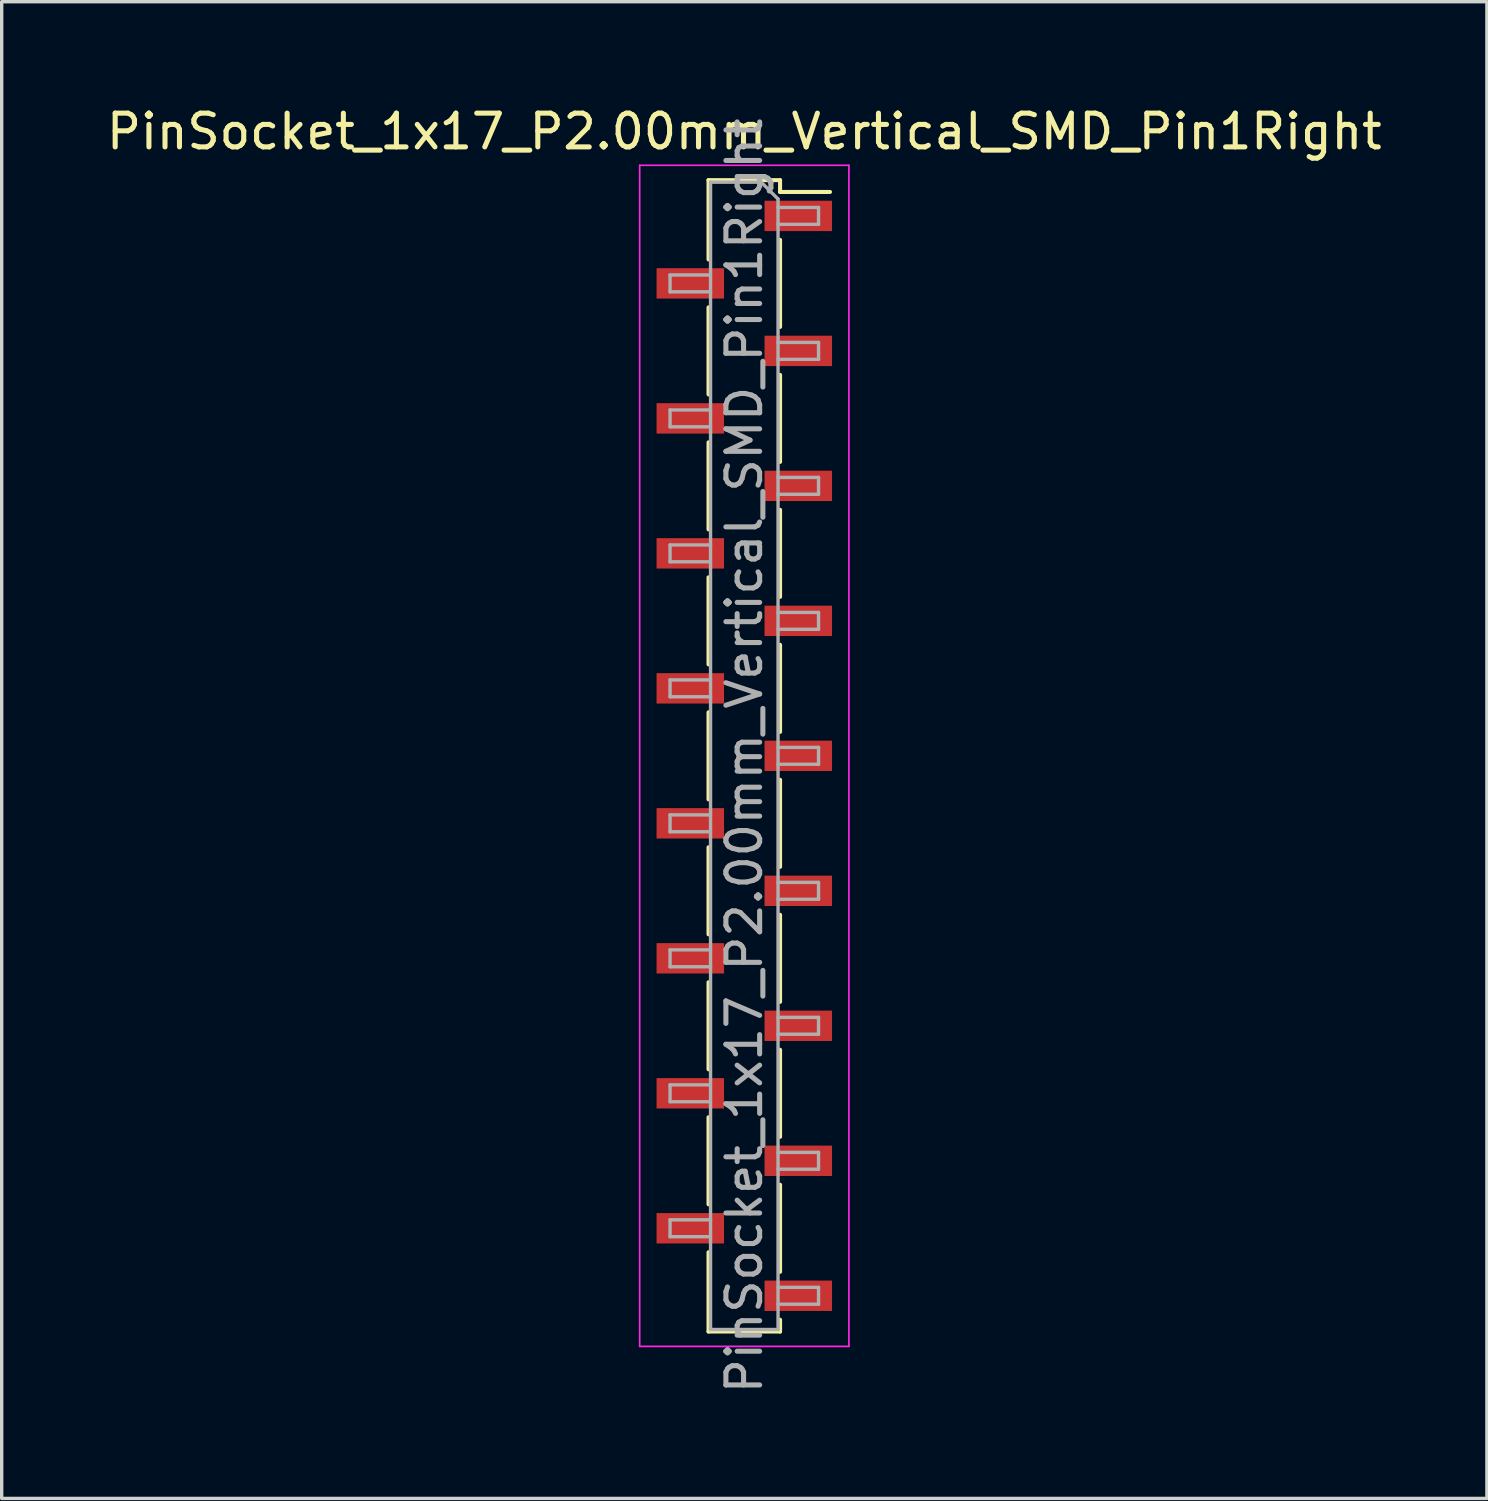
<source format=kicad_pcb>
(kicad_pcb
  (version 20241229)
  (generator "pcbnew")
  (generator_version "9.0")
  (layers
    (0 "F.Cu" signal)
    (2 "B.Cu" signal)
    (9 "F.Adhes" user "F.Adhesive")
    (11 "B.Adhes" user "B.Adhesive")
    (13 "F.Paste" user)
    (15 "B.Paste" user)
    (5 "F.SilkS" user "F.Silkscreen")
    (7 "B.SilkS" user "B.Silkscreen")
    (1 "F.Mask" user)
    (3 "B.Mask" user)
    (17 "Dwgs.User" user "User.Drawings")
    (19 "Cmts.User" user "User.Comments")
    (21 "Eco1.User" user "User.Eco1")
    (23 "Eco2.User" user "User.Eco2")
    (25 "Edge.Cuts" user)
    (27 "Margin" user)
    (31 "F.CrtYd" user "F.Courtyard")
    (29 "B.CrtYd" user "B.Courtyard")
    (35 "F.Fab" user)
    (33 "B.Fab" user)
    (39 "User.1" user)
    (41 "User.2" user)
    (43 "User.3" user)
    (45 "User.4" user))
  (footprint "PinSocket_1x17_P2.00mm_Vertical_SMD_Pin1Right"
    (layer "F.Cu")
    (at 19.006 19.348)
    (property "Reference" "PinSocket_1x17_P2.00mm_Vertical_SMD_Pin1Right" (at 0 -18.5 0) (layer "F.SilkS") (effects (font (size 1 1) (thickness 0.15))))
    (attr smd)
    (fp_line (start -1.06 -17.06) (end -1.06 -14.71) (stroke (width 0.12) (type solid)) (layer "F.SilkS"))
    (fp_line (start -1.06 -17.06) (end 1.06 -17.06) (stroke (width 0.12) (type solid)) (layer "F.SilkS"))
    (fp_line (start -1.06 -13.29) (end -1.06 -10.71) (stroke (width 0.12) (type solid)) (layer "F.SilkS"))
    (fp_line (start -1.06 -9.29) (end -1.06 -6.71) (stroke (width 0.12) (type solid)) (layer "F.SilkS"))
    (fp_line (start -1.06 -5.29) (end -1.06 -2.71) (stroke (width 0.12) (type solid)) (layer "F.SilkS"))
    (fp_line (start -1.06 -1.29) (end -1.06 1.29) (stroke (width 0.12) (type solid)) (layer "F.SilkS"))
    (fp_line (start -1.06 2.71) (end -1.06 5.29) (stroke (width 0.12) (type solid)) (layer "F.SilkS"))
    (fp_line (start -1.06 6.71) (end -1.06 9.29) (stroke (width 0.12) (type solid)) (layer "F.SilkS"))
    (fp_line (start -1.06 10.71) (end -1.06 13.29) (stroke (width 0.12) (type solid)) (layer "F.SilkS"))
    (fp_line (start -1.06 14.71) (end -1.06 17.06) (stroke (width 0.12) (type solid)) (layer "F.SilkS"))
    (fp_line (start -1.06 17.06) (end 1.06 17.06) (stroke (width 0.12) (type solid)) (layer "F.SilkS"))
    (fp_line (start 1.06 -17.06) (end 1.06 -16.71) (stroke (width 0.12) (type solid)) (layer "F.SilkS"))
    (fp_line (start 1.06 -16.71) (end 2.54 -16.71) (stroke (width 0.12) (type solid)) (layer "F.SilkS"))
    (fp_line (start 1.06 -15.29) (end 1.06 -12.71) (stroke (width 0.12) (type solid)) (layer "F.SilkS"))
    (fp_line (start 1.06 -11.29) (end 1.06 -8.71) (stroke (width 0.12) (type solid)) (layer "F.SilkS"))
    (fp_line (start 1.06 -7.29) (end 1.06 -4.71) (stroke (width 0.12) (type solid)) (layer "F.SilkS"))
    (fp_line (start 1.06 -3.29) (end 1.06 -0.71) (stroke (width 0.12) (type solid)) (layer "F.SilkS"))
    (fp_line (start 1.06 0.71) (end 1.06 3.29) (stroke (width 0.12) (type solid)) (layer "F.SilkS"))
    (fp_line (start 1.06 4.71) (end 1.06 7.29) (stroke (width 0.12) (type solid)) (layer "F.SilkS"))
    (fp_line (start 1.06 8.71) (end 1.06 11.29) (stroke (width 0.12) (type solid)) (layer "F.SilkS"))
    (fp_line (start 1.06 12.71) (end 1.06 15.29) (stroke (width 0.12) (type solid)) (layer "F.SilkS"))
    (fp_line (start 1.06 16.71) (end 1.06 17.06) (stroke (width 0.12) (type solid)) (layer "F.SilkS"))
    (fp_line (start -3.1 -17.5) (end 3.1 -17.5) (stroke (width 0.05) (type solid)) (layer "F.CrtYd"))
    (fp_line (start -3.1 17.5) (end -3.1 -17.5) (stroke (width 0.05) (type solid)) (layer "F.CrtYd"))
    (fp_line (start 3.1 -17.5) (end 3.1 17.5) (stroke (width 0.05) (type solid)) (layer "F.CrtYd"))
    (fp_line (start 3.1 17.5) (end -3.1 17.5) (stroke (width 0.05) (type solid)) (layer "F.CrtYd"))
    (fp_line (start -2.2 -14.25) (end -1 -14.25) (stroke (width 0.1) (type solid)) (layer "F.Fab"))
    (fp_line (start -2.2 -13.75) (end -2.2 -14.25) (stroke (width 0.1) (type solid)) (layer "F.Fab"))
    (fp_line (start -2.2 -10.25) (end -1 -10.25) (stroke (width 0.1) (type solid)) (layer "F.Fab"))
    (fp_line (start -2.2 -9.75) (end -2.2 -10.25) (stroke (width 0.1) (type solid)) (layer "F.Fab"))
    (fp_line (start -2.2 -6.25) (end -1 -6.25) (stroke (width 0.1) (type solid)) (layer "F.Fab"))
    (fp_line (start -2.2 -5.75) (end -2.2 -6.25) (stroke (width 0.1) (type solid)) (layer "F.Fab"))
    (fp_line (start -2.2 -2.25) (end -1 -2.25) (stroke (width 0.1) (type solid)) (layer "F.Fab"))
    (fp_line (start -2.2 -1.75) (end -2.2 -2.25) (stroke (width 0.1) (type solid)) (layer "F.Fab"))
    (fp_line (start -2.2 1.75) (end -1 1.75) (stroke (width 0.1) (type solid)) (layer "F.Fab"))
    (fp_line (start -2.2 2.25) (end -2.2 1.75) (stroke (width 0.1) (type solid)) (layer "F.Fab"))
    (fp_line (start -2.2 5.75) (end -1 5.75) (stroke (width 0.1) (type solid)) (layer "F.Fab"))
    (fp_line (start -2.2 6.25) (end -2.2 5.75) (stroke (width 0.1) (type solid)) (layer "F.Fab"))
    (fp_line (start -2.2 9.75) (end -1 9.75) (stroke (width 0.1) (type solid)) (layer "F.Fab"))
    (fp_line (start -2.2 10.25) (end -2.2 9.75) (stroke (width 0.1) (type solid)) (layer "F.Fab"))
    (fp_line (start -2.2 13.75) (end -1 13.75) (stroke (width 0.1) (type solid)) (layer "F.Fab"))
    (fp_line (start -2.2 14.25) (end -2.2 13.75) (stroke (width 0.1) (type solid)) (layer "F.Fab"))
    (fp_line (start -1 -17) (end 0.5 -17) (stroke (width 0.1) (type solid)) (layer "F.Fab"))
    (fp_line (start -1 -13.75) (end -2.2 -13.75) (stroke (width 0.1) (type solid)) (layer "F.Fab"))
    (fp_line (start -1 -9.75) (end -2.2 -9.75) (stroke (width 0.1) (type solid)) (layer "F.Fab"))
    (fp_line (start -1 -5.75) (end -2.2 -5.75) (stroke (width 0.1) (type solid)) (layer "F.Fab"))
    (fp_line (start -1 -1.75) (end -2.2 -1.75) (stroke (width 0.1) (type solid)) (layer "F.Fab"))
    (fp_line (start -1 2.25) (end -2.2 2.25) (stroke (width 0.1) (type solid)) (layer "F.Fab"))
    (fp_line (start -1 6.25) (end -2.2 6.25) (stroke (width 0.1) (type solid)) (layer "F.Fab"))
    (fp_line (start -1 10.25) (end -2.2 10.25) (stroke (width 0.1) (type solid)) (layer "F.Fab"))
    (fp_line (start -1 14.25) (end -2.2 14.25) (stroke (width 0.1) (type solid)) (layer "F.Fab"))
    (fp_line (start -1 17) (end -1 -17) (stroke (width 0.1) (type solid)) (layer "F.Fab"))
    (fp_line (start 0.5 -17) (end 1 -16.5) (stroke (width 0.1) (type solid)) (layer "F.Fab"))
    (fp_line (start 1 -16.5) (end 1 17) (stroke (width 0.1) (type solid)) (layer "F.Fab"))
    (fp_line (start 1 -16.25) (end 2.2 -16.25) (stroke (width 0.1) (type solid)) (layer "F.Fab"))
    (fp_line (start 1 -12.25) (end 2.2 -12.25) (stroke (width 0.1) (type solid)) (layer "F.Fab"))
    (fp_line (start 1 -8.25) (end 2.2 -8.25) (stroke (width 0.1) (type solid)) (layer "F.Fab"))
    (fp_line (start 1 -4.25) (end 2.2 -4.25) (stroke (width 0.1) (type solid)) (layer "F.Fab"))
    (fp_line (start 1 -0.25) (end 2.2 -0.25) (stroke (width 0.1) (type solid)) (layer "F.Fab"))
    (fp_line (start 1 3.75) (end 2.2 3.75) (stroke (width 0.1) (type solid)) (layer "F.Fab"))
    (fp_line (start 1 7.75) (end 2.2 7.75) (stroke (width 0.1) (type solid)) (layer "F.Fab"))
    (fp_line (start 1 11.75) (end 2.2 11.75) (stroke (width 0.1) (type solid)) (layer "F.Fab"))
    (fp_line (start 1 15.75) (end 2.2 15.75) (stroke (width 0.1) (type solid)) (layer "F.Fab"))
    (fp_line (start 1 17) (end -1 17) (stroke (width 0.1) (type solid)) (layer "F.Fab"))
    (fp_line (start 2.2 -16.25) (end 2.2 -15.75) (stroke (width 0.1) (type solid)) (layer "F.Fab"))
    (fp_line (start 2.2 -15.75) (end 1 -15.75) (stroke (width 0.1) (type solid)) (layer "F.Fab"))
    (fp_line (start 2.2 -12.25) (end 2.2 -11.75) (stroke (width 0.1) (type solid)) (layer "F.Fab"))
    (fp_line (start 2.2 -11.75) (end 1 -11.75) (stroke (width 0.1) (type solid)) (layer "F.Fab"))
    (fp_line (start 2.2 -8.25) (end 2.2 -7.75) (stroke (width 0.1) (type solid)) (layer "F.Fab"))
    (fp_line (start 2.2 -7.75) (end 1 -7.75) (stroke (width 0.1) (type solid)) (layer "F.Fab"))
    (fp_line (start 2.2 -4.25) (end 2.2 -3.75) (stroke (width 0.1) (type solid)) (layer "F.Fab"))
    (fp_line (start 2.2 -3.75) (end 1 -3.75) (stroke (width 0.1) (type solid)) (layer "F.Fab"))
    (fp_line (start 2.2 -0.25) (end 2.2 0.25) (stroke (width 0.1) (type solid)) (layer "F.Fab"))
    (fp_line (start 2.2 0.25) (end 1 0.25) (stroke (width 0.1) (type solid)) (layer "F.Fab"))
    (fp_line (start 2.2 3.75) (end 2.2 4.25) (stroke (width 0.1) (type solid)) (layer "F.Fab"))
    (fp_line (start 2.2 4.25) (end 1 4.25) (stroke (width 0.1) (type solid)) (layer "F.Fab"))
    (fp_line (start 2.2 7.75) (end 2.2 8.25) (stroke (width 0.1) (type solid)) (layer "F.Fab"))
    (fp_line (start 2.2 8.25) (end 1 8.25) (stroke (width 0.1) (type solid)) (layer "F.Fab"))
    (fp_line (start 2.2 11.75) (end 2.2 12.25) (stroke (width 0.1) (type solid)) (layer "F.Fab"))
    (fp_line (start 2.2 12.25) (end 1 12.25) (stroke (width 0.1) (type solid)) (layer "F.Fab"))
    (fp_line (start 2.2 15.75) (end 2.2 16.25) (stroke (width 0.1) (type solid)) (layer "F.Fab"))
    (fp_line (start 2.2 16.25) (end 1 16.25) (stroke (width 0.1) (type solid)) (layer "F.Fab"))
    (fp_text user "${REFERENCE}" (at 0 0 90) (layer "F.Fab") (effects (font (size 1 1) (thickness 0.15))))
    (pad "1" smd rect (at 1.6 -16) (size 2 0.9) (layers "F.Cu" "F.Mask" "F.Paste"))
    (pad "2" smd rect (at -1.6 -14) (size 2 0.9) (layers "F.Cu" "F.Mask" "F.Paste"))
    (pad "3" smd rect (at 1.6 -12) (size 2 0.9) (layers "F.Cu" "F.Mask" "F.Paste"))
    (pad "4" smd rect (at -1.6 -10) (size 2 0.9) (layers "F.Cu" "F.Mask" "F.Paste"))
    (pad "5" smd rect (at 1.6 -8) (size 2 0.9) (layers "F.Cu" "F.Mask" "F.Paste"))
    (pad "6" smd rect (at -1.6 -6) (size 2 0.9) (layers "F.Cu" "F.Mask" "F.Paste"))
    (pad "7" smd rect (at 1.6 -4) (size 2 0.9) (layers "F.Cu" "F.Mask" "F.Paste"))
    (pad "8" smd rect (at -1.6 -2) (size 2 0.9) (layers "F.Cu" "F.Mask" "F.Paste"))
    (pad "9" smd rect (at 1.6 0) (size 2 0.9) (layers "F.Cu" "F.Mask" "F.Paste"))
    (pad "10" smd rect (at -1.6 2) (size 2 0.9) (layers "F.Cu" "F.Mask" "F.Paste"))
    (pad "11" smd rect (at 1.6 4) (size 2 0.9) (layers "F.Cu" "F.Mask" "F.Paste"))
    (pad "12" smd rect (at -1.6 6) (size 2 0.9) (layers "F.Cu" "F.Mask" "F.Paste"))
    (pad "13" smd rect (at 1.6 8) (size 2 0.9) (layers "F.Cu" "F.Mask" "F.Paste"))
    (pad "14" smd rect (at -1.6 10) (size 2 0.9) (layers "F.Cu" "F.Mask" "F.Paste"))
    (pad "15" smd rect (at 1.6 12) (size 2 0.9) (layers "F.Cu" "F.Mask" "F.Paste"))
    (pad "16" smd rect (at -1.6 14) (size 2 0.9) (layers "F.Cu" "F.Mask" "F.Paste"))
    (pad "17" smd rect (at 1.6 16) (size 2 0.9) (layers "F.Cu" "F.Mask" "F.Paste")))
  (gr_rect
    (start -3 -3)
    (end 41.012 41.354)
    (stroke (width 0.1) (type default))
    (fill no)
    (layer "Edge.Cuts")))
</source>
